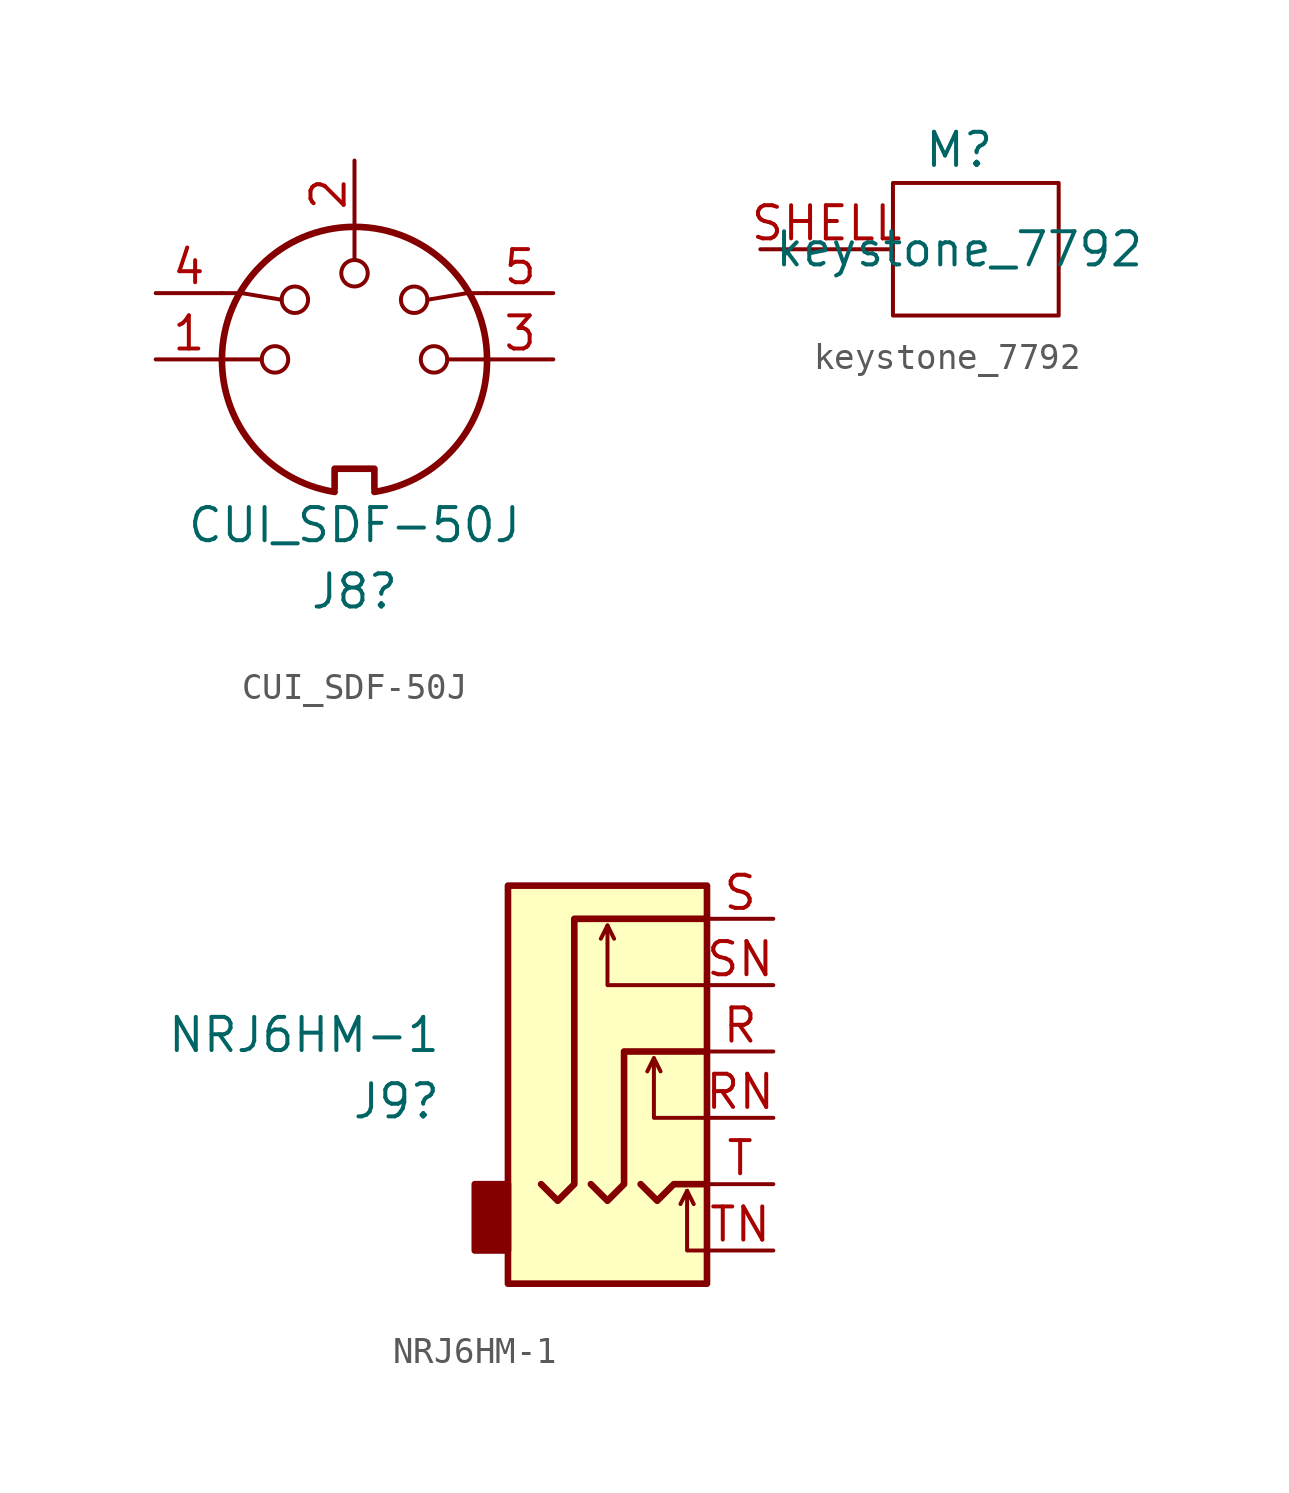
<source format=kicad_sym>
(kicad_symbol_lib
  (version 20220914)
  (generator kicad_symbol_editor)
  (symbol "CUI_SDF-50J"
    (pin_names
      (offset 1.016))
    (property "Reference" "J8"
      (at 0.0001 -8.89 0)
      (effects (font (size 1.27 1.27))))
    (property "Value" "CUI_SDF-50J"
      (at 0.0001 -6.35 0)
      (effects (font (size 1.27 1.27))))
    (symbol "CUI_SDF-50J_0_1"
      (arc (start -5.08 0) (mid -3.8609 -3.3364) (end -0.762 -5.08) (stroke (width 0.254) (type default)) (fill (type none)))
      (circle (center -3.048 0) (radius 0.508) (stroke (width 0) (type default)) (fill (type none)))
      (circle (center -2.286 2.286) (radius 0.508) (stroke (width 0) (type default)) (fill (type none)))
      (polyline (pts (xy -5.08 0) (xy -3.556 0)) (stroke (width 0) (type default)) (fill (type none)))
      (polyline (pts (xy 0 5.08) (xy 0 3.81)) (stroke (width 0) (type default)) (fill (type none)))
      (polyline (pts (xy 5.08 0) (xy 3.556 0)) (stroke (width 0) (type default)) (fill (type none)))
      (polyline (pts (xy -5.08 2.54) (xy -4.318 2.54) (xy -2.794 2.286)) (stroke (width 0) (type default)) (fill (type none)))
      (polyline (pts (xy 5.08 2.54) (xy 4.318 2.54) (xy 2.794 2.286)) (stroke (width 0) (type default)) (fill (type none)))
      (polyline (pts (xy -0.762 -4.953) (xy -0.762 -4.191) (xy 0.762 -4.191) (xy 0.762 -4.953)) (stroke (width 0.254) (type default)) (fill (type none)))
      (circle (center 0 3.302) (radius 0.508) (stroke (width 0) (type default)) (fill (type none)))
      (arc (start 0.762 -5.08) (mid 3.8685 -3.343) (end 5.08 0) (stroke (width 0.254) (type default)) (fill (type none)))
      (circle (center 2.286 2.286) (radius 0.508) (stroke (width 0) (type default)) (fill (type none)))
      (circle (center 3.048 0) (radius 0.508) (stroke (width 0) (type default)) (fill (type none)))
      (arc (start 5.08 0) (mid 0 5.0579) (end -5.08 0) (stroke (width 0.254) (type default)) (fill (type none))))
    (symbol "CUI_SDF-50J_1_1"
      (pin passive line (at -7.62 0 0) (length 2.54) (name "~" (effects (font (size 1.27 1.27)))) (number "1" (effects (font (size 1.27 1.27)))))
      (pin passive line (at 0 7.62 270) (length 2.54) (name "~" (effects (font (size 1.27 1.27)))) (number "2" (effects (font (size 1.27 1.27)))))
      (pin passive line (at 7.62 0 180) (length 2.54) (name "~" (effects (font (size 1.27 1.27)))) (number "3" (effects (font (size 1.27 1.27)))))
      (pin passive line (at -7.62 2.54 0) (length 2.54) (name "~" (effects (font (size 1.27 1.27)))) (number "4" (effects (font (size 1.27 1.27)))))
      (pin passive line (at 7.62 2.54 180) (length 2.54) (name "~" (effects (font (size 1.27 1.27)))) (number "5" (effects (font (size 1.27 1.27)))))))
  (symbol "keystone_7792"
    (property "Reference" "M"
      (at 0 3.81 0)
      (effects (font (size 1.27 1.27))))
    (property "Value" "keystone_7792"
      (at 0 0 0)
      (effects (font (size 1.27 1.27))))
    (symbol "keystone_7792_0_1"
      (rectangle (start -2.54 2.54) (end 3.81 -2.54) (stroke (width 0) (type default)) (fill (type none))))
    (symbol "keystone_7792_1_1"
      (pin input line (at -7.62 0 0) (length 5.08) (name "" (effects (font (size 1.27 1.27)))) (number "SHELL" (effects (font (size 1.27 1.27)))))))
  (symbol "NRJ6HM-1"
    (property "Reference" "J9"
      (at -7.62 -1.905 0)
      (effects (font (size 1.27 1.27)) (justify right)))
    (property "Value" "NRJ6HM-1"
      (at -7.62 0.635 0)
      (effects (font (size 1.27 1.27)) (justify right)))
    (symbol "NRJ6HM-1_0_1"
      (rectangle (start -5.08 -5.08) (end -6.35 -7.62) (stroke (width 0.254) (type default)) (fill (type outline)))
      (polyline (pts (xy -1.27 4.826) (xy -1.016 4.318)) (stroke (width 0) (type default)) (fill (type none)))
      (polyline (pts (xy 0.508 -0.254) (xy 0.762 -0.762)) (stroke (width 0) (type default)) (fill (type none)))
      (polyline (pts (xy 1.778 -5.334) (xy 2.032 -5.842)) (stroke (width 0) (type default)) (fill (type none)))
      (polyline (pts (xy 0 -5.08) (xy 0.635 -5.715) (xy 1.27 -5.08) (xy 2.54 -5.08)) (stroke (width 0.254) (type default)) (fill (type none)))
      (polyline (pts (xy 2.54 -7.62) (xy 1.778 -7.62) (xy 1.778 -5.334) (xy 1.524 -5.842)) (stroke (width 0) (type default)) (fill (type none)))
      (polyline (pts (xy 2.54 -2.54) (xy 0.508 -2.54) (xy 0.508 -0.254) (xy 0.254 -0.762)) (stroke (width 0) (type default)) (fill (type none)))
      (polyline (pts (xy 2.54 2.54) (xy -1.27 2.54) (xy -1.27 4.826) (xy -1.524 4.318)) (stroke (width 0) (type default)) (fill (type none)))
      (polyline (pts (xy -1.905 -5.08) (xy -1.27 -5.715) (xy -0.635 -5.08) (xy -0.635 0) (xy 2.54 0)) (stroke (width 0.254) (type default)) (fill (type none)))
      (polyline (pts (xy 2.54 5.08) (xy -2.54 5.08) (xy -2.54 -5.08) (xy -3.175 -5.715) (xy -3.81 -5.08)) (stroke (width 0.254) (type default)) (fill (type none)))
      (rectangle (start 2.54 6.35) (end -5.08 -8.89) (stroke (width 0.254) (type default)) (fill (type background))))
    (symbol "NRJ6HM-1_1_1"
      (pin passive line (at 5.08 0 180) (length 2.54) (name "~" (effects (font (size 1.27 1.27)))) (number "R" (effects (font (size 1.27 1.27)))))
      (pin passive line (at 5.08 -2.54 180) (length 2.54) (name "~" (effects (font (size 1.27 1.27)))) (number "RN" (effects (font (size 1.27 1.27)))))
      (pin passive line (at 5.08 5.08 180) (length 2.54) (name "~" (effects (font (size 1.27 1.27)))) (number "S" (effects (font (size 1.27 1.27)))))
      (pin passive line (at 5.08 2.54 180) (length 2.54) (name "~" (effects (font (size 1.27 1.27)))) (number "SN" (effects (font (size 1.27 1.27)))))
      (pin passive line (at 5.08 -5.08 180) (length 2.54) (name "~" (effects (font (size 1.27 1.27)))) (number "T" (effects (font (size 1.27 1.27)))))
      (pin passive line (at 5.08 -7.62 180) (length 2.54) (name "~" (effects (font (size 1.27 1.27)))) (number "TN" (effects (font (size 1.27 1.27))))))))
</source>
